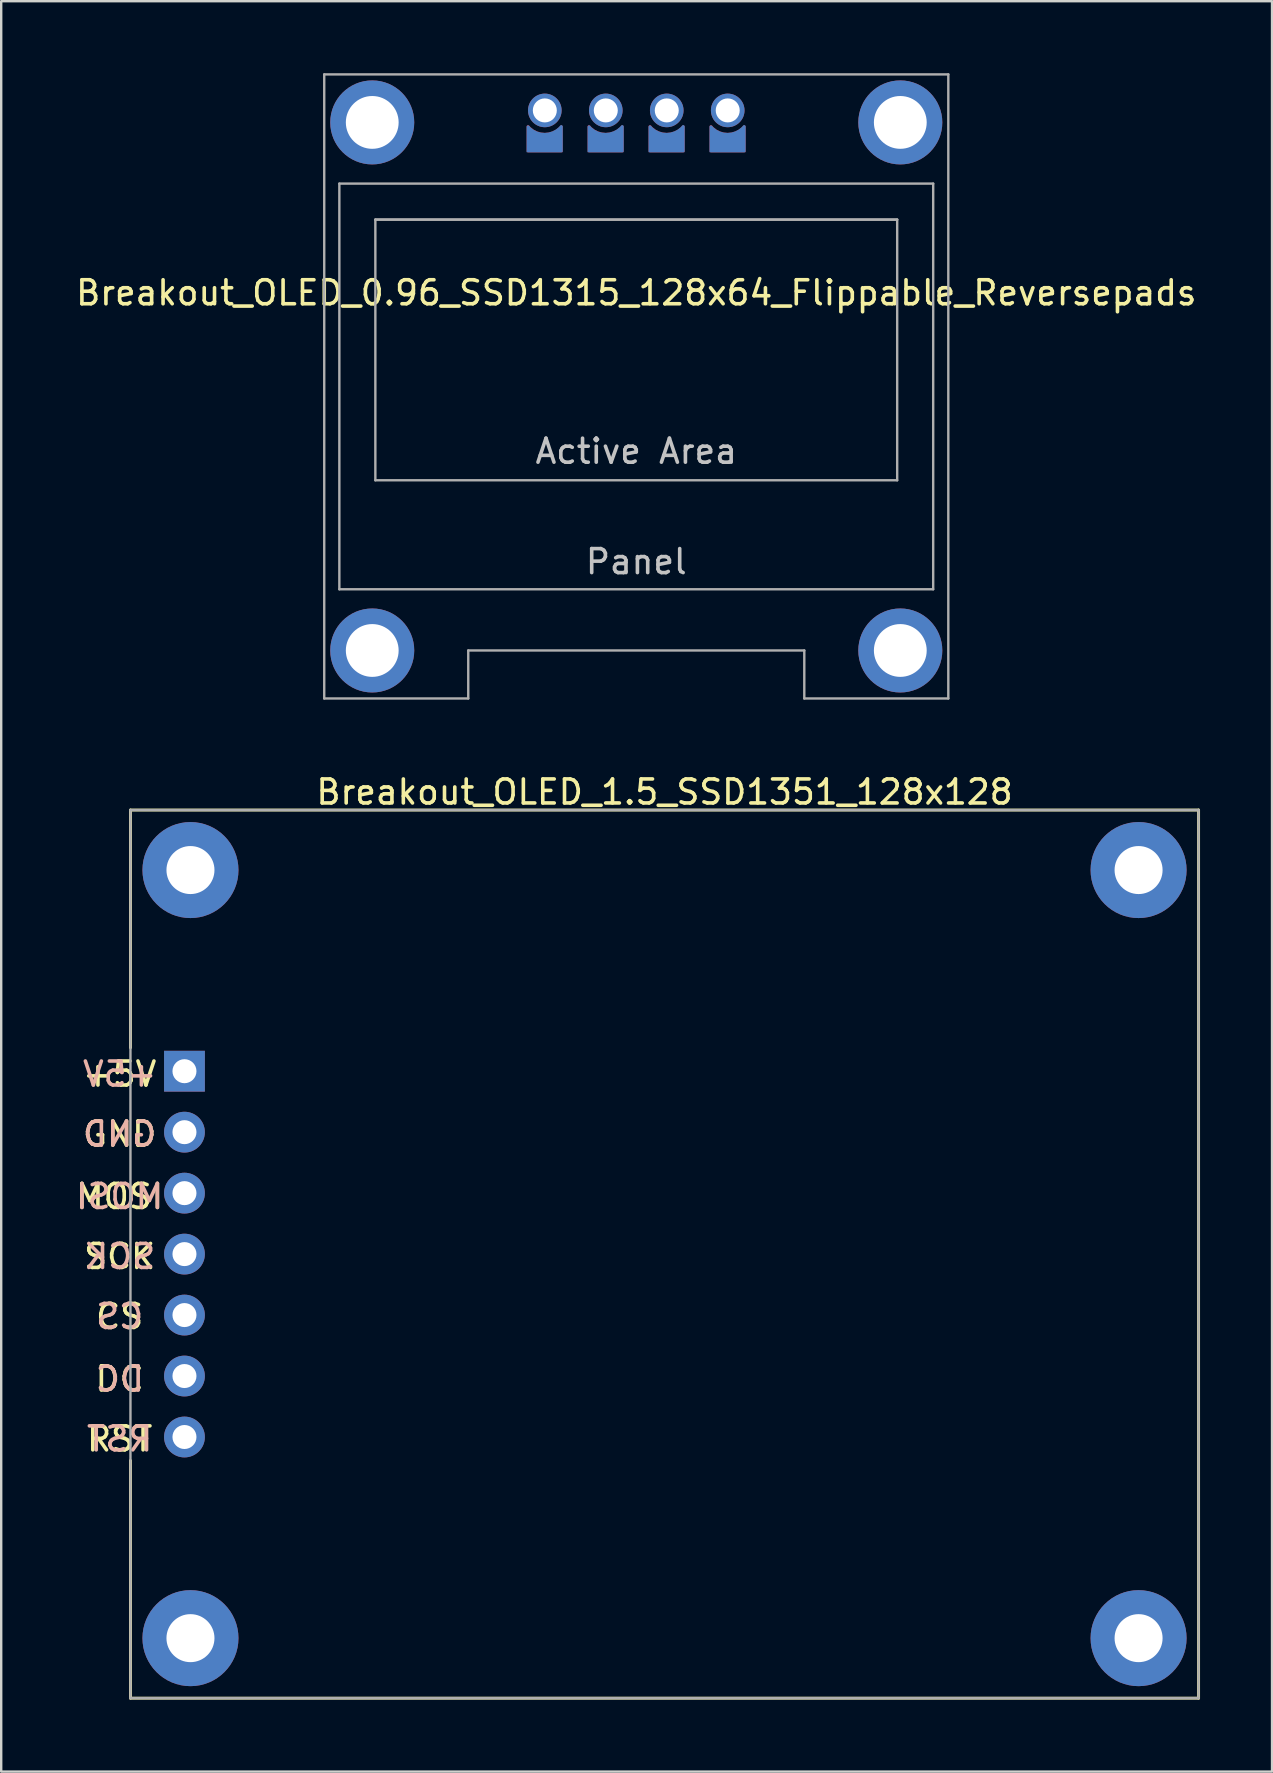
<source format=kicad_pcb>
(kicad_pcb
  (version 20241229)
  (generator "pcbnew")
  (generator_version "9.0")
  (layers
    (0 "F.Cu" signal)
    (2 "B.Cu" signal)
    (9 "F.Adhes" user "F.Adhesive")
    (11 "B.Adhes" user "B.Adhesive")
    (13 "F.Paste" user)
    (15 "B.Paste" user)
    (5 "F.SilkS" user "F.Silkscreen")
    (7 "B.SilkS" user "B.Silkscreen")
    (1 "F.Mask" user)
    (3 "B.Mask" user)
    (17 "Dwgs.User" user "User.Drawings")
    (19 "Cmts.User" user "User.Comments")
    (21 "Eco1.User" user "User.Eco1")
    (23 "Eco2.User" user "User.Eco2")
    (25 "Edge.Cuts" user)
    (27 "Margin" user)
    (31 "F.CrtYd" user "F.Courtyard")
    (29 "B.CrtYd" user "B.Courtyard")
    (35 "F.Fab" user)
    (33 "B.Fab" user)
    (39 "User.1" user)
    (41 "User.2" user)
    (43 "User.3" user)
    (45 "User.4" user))
  (footprint "Breakout_OLED_0.96_SSD1315_128x64_Flippable_Reversepads"
    (layer "F.Cu")
    (at 23.458 1.55)
    (property "Reference" "Breakout_OLED_0.96_SSD1315_128x64_Flippable_Reversepads" (at 0 7.6 0) (layer "F.SilkS") (effects (font (size 1 1) (thickness 0.15))))
    (attr through_hole)
    (fp_line (start -13 -1.5) (end 13 -1.5) (stroke (width 0.1) (type solid)) (layer "F.Fab"))
    (fp_line (start -13 24.5) (end -13 -1.5) (stroke (width 0.1) (type solid)) (layer "F.Fab"))
    (fp_line (start -13 24.5) (end -7 24.5) (stroke (width 0.1) (type solid)) (layer "F.Fab"))
    (fp_line (start -12.37 3.05) (end 12.37 3.05) (stroke (width 0.1) (type solid)) (layer "F.Fab"))
    (fp_line (start -12.37 19.95) (end -12.37 3.05) (stroke (width 0.1) (type solid)) (layer "F.Fab"))
    (fp_line (start -10.87 4.55) (end -10.87 15.41) (stroke (width 0.1) (type solid)) (layer "F.Fab"))
    (fp_line (start -10.87 4.55) (end 10.87 4.55) (stroke (width 0.1) (type solid)) (layer "F.Fab"))
    (fp_line (start -10.87 4.55) (end 10.87 4.55) (stroke (width 0.1) (type solid)) (layer "F.Fab"))
    (fp_line (start -7 22.5) (end -7 24.5) (stroke (width 0.1) (type solid)) (layer "F.Fab"))
    (fp_line (start 7 22.5) (end -7 22.5) (stroke (width 0.1) (type solid)) (layer "F.Fab"))
    (fp_line (start 7 22.5) (end 7 24.5) (stroke (width 0.1) (type solid)) (layer "F.Fab"))
    (fp_line (start 10.87 4.55) (end 10.87 15.41) (stroke (width 0.1) (type solid)) (layer "F.Fab"))
    (fp_line (start 10.87 15.41) (end -10.87 15.41) (stroke (width 0.1) (type solid)) (layer "F.Fab"))
    (fp_line (start 12.37 19.95) (end -12.37 19.95) (stroke (width 0.1) (type solid)) (layer "F.Fab"))
    (fp_line (start 12.37 19.95) (end 12.37 3.05) (stroke (width 0.1) (type solid)) (layer "F.Fab"))
    (fp_line (start 13 24.5) (end 7 24.5) (stroke (width 0.1) (type solid)) (layer "F.Fab"))
    (fp_line (start 13 24.5) (end 13 -1.5) (stroke (width 0.1) (type solid)) (layer "F.Fab"))
    (fp_text user "Active Area" (at 0 14.2 0) (unlocked yes) (layer "Dwgs.User") (effects (font (size 1 1) (thickness 0.15))))
    (fp_text user "Panel" (at 0 18.8 0) (unlocked yes) (layer "Dwgs.User") (effects (font (size 1 1) (thickness 0.15))))
    (pad "" thru_hole circle (at -11 0.5) (size 3.5 3.5) (drill 2.2) (layers "*.Cu" "*.Mask"))
    (pad "" thru_hole circle (at -11 22.5) (size 3.5 3.5) (drill 2.2) (layers "*.Cu" "*.Mask"))
    (pad "" thru_hole circle (at -3.81 0 90) (size 1.4 1.4) (drill 1) (layers "*.Cu" "*.Mask"))
    (pad "" thru_hole circle (at -1.27 0 90) (size 1.4 1.4) (drill 1) (layers "*.Cu" "*.Mask"))
    (pad "" thru_hole circle (at 1.27 0 90) (size 1.4 1.4) (drill 1) (layers "*.Cu" "*.Mask"))
    (pad "" thru_hole circle (at 3.81 0 90) (size 1.4 1.4) (drill 1) (layers "*.Cu" "*.Mask"))
    (pad "" thru_hole circle (at 11 0.5) (size 3.5 3.5) (drill 2.2) (layers "*.Cu" "*.Mask"))
    (pad "" thru_hole circle (at 11 22.5) (size 3.5 3.5) (drill 2.2) (layers "*.Cu" "*.Mask"))
    (pad "1" smd custom (at -3.82 1.34 90) (size 0.8 1.5) (layers "B.Cu" "B.Mask") (options (anchor rect)) (primitives (gr_poly (pts (xy 0.56 -0.67) (xy 0.34 -0.67) (xy 0.34 -0.3)) (width 0.1) (fill yes)) (gr_line (start 0.67 0.697) (end -0.35 0.697) (width 0.12)) (gr_poly (pts (xy 0.54 0.67) (xy 0.32 0.67) (xy 0.32 0.3)) (width 0.1) (fill yes)) (gr_line (start -0.35 0.697) (end -0.35 -0.69) (width 0.12)) (gr_arc (start 0.67 0.697) (mid 0.346873 0.010401) (end 0.654277 -0.68338) (width 0.12)) (gr_line (start -0.35 -0.69) (end 0.66 -0.69) (width 0.12))))
    (pad "1" smd custom (at 3.808 1.339 90) (size 0.8 1.5) (layers "F.Cu" "F.Mask") (options (anchor rect)) (primitives (gr_poly (pts (xy 0.56 0.67) (xy 0.34 0.67) (xy 0.34 0.3)) (width 0.1) (fill yes)) (gr_line (start 0.67 -0.697) (end -0.35 -0.697) (width 0.12)) (gr_poly (pts (xy 0.54 -0.67) (xy 0.32 -0.67) (xy 0.32 -0.3)) (width 0.1) (fill yes)) (gr_line (start -0.35 -0.697) (end -0.35 0.69) (width 0.12)) (gr_arc (start 0.660264 0.68864) (mid 0.346831 -0.00562) (end 0.668786 -0.69597) (width 0.12)) (gr_line (start -0.35 0.69) (end 0.66 0.69) (width 0.12))))
    (pad "2" smd custom (at -1.28 1.34 90) (size 0.8 1.5) (layers "B.Cu" "B.Mask") (options (anchor rect)) (primitives (gr_poly (pts (xy 0.56 -0.67) (xy 0.34 -0.67) (xy 0.34 -0.3)) (width 0.1) (fill yes)) (gr_line (start 0.67 0.697) (end -0.35 0.697) (width 0.12)) (gr_poly (pts (xy 0.54 0.67) (xy 0.32 0.67) (xy 0.32 0.3)) (width 0.1) (fill yes)) (gr_line (start -0.35 0.697) (end -0.35 -0.69) (width 0.12)) (gr_arc (start 0.67 0.697) (mid 0.346873 0.010401) (end 0.654277 -0.68338) (width 0.12)) (gr_line (start -0.35 -0.69) (end 0.66 -0.69) (width 0.12))))
    (pad "2" smd custom (at 1.268 1.339 90) (size 0.8 1.5) (layers "F.Cu" "F.Mask") (options (anchor rect)) (primitives (gr_poly (pts (xy 0.56 0.67) (xy 0.34 0.67) (xy 0.34 0.3)) (width 0.1) (fill yes)) (gr_line (start 0.67 -0.697) (end -0.35 -0.697) (width 0.12)) (gr_poly (pts (xy 0.54 -0.67) (xy 0.32 -0.67) (xy 0.32 -0.3)) (width 0.1) (fill yes)) (gr_line (start -0.35 -0.697) (end -0.35 0.69) (width 0.12)) (gr_arc (start 0.660264 0.68864) (mid 0.346831 -0.00562) (end 0.668786 -0.69597) (width 0.12)) (gr_line (start -0.35 0.69) (end 0.66 0.69) (width 0.12))))
    (pad "3" smd custom (at -1.272 1.339 90) (size 0.8 1.5) (layers "F.Cu" "F.Mask") (options (anchor rect)) (primitives (gr_poly (pts (xy 0.56 0.67) (xy 0.34 0.67) (xy 0.34 0.3)) (width 0.1) (fill yes)) (gr_line (start 0.67 -0.697) (end -0.35 -0.697) (width 0.12)) (gr_poly (pts (xy 0.54 -0.67) (xy 0.32 -0.67) (xy 0.32 -0.3)) (width 0.1) (fill yes)) (gr_line (start -0.35 -0.697) (end -0.35 0.69) (width 0.12)) (gr_arc (start 0.660264 0.68864) (mid 0.346831 -0.00562) (end 0.668786 -0.69597) (width 0.12)) (gr_line (start -0.35 0.69) (end 0.66 0.69) (width 0.12))))
    (pad "3" smd custom (at 1.26 1.34 90) (size 0.8 1.5) (layers "B.Cu" "B.Mask") (options (anchor rect)) (primitives (gr_poly (pts (xy 0.56 -0.67) (xy 0.34 -0.67) (xy 0.34 -0.3)) (width 0.1) (fill yes)) (gr_line (start 0.67 0.697) (end -0.35 0.697) (width 0.12)) (gr_poly (pts (xy 0.54 0.67) (xy 0.32 0.67) (xy 0.32 0.3)) (width 0.1) (fill yes)) (gr_line (start -0.35 0.697) (end -0.35 -0.69) (width 0.12)) (gr_arc (start 0.67 0.697) (mid 0.346873 0.010401) (end 0.654277 -0.68338) (width 0.12)) (gr_line (start -0.35 -0.69) (end 0.66 -0.69) (width 0.12))))
    (pad "4" smd custom (at -3.812 1.339 90) (size 0.8 1.5) (layers "F.Cu" "F.Mask") (options (anchor rect)) (primitives (gr_poly (pts (xy 0.56 0.67) (xy 0.34 0.67) (xy 0.34 0.3)) (width 0.1) (fill yes)) (gr_line (start 0.67 -0.697) (end -0.35 -0.697) (width 0.12)) (gr_poly (pts (xy 0.54 -0.67) (xy 0.32 -0.67) (xy 0.32 -0.3)) (width 0.1) (fill yes)) (gr_line (start -0.35 -0.697) (end -0.35 0.69) (width 0.12)) (gr_arc (start 0.660264 0.68864) (mid 0.346831 -0.00562) (end 0.668786 -0.69597) (width 0.12)) (gr_line (start -0.35 0.69) (end 0.66 0.69) (width 0.12))))
    (pad "4" smd custom (at 3.8 1.34 90) (size 0.8 1.5) (layers "B.Cu" "B.Mask") (options (anchor rect)) (primitives (gr_poly (pts (xy 0.56 -0.67) (xy 0.34 -0.67) (xy 0.34 -0.3)) (width 0.1) (fill yes)) (gr_line (start 0.67 0.697) (end -0.35 0.697) (width 0.12)) (gr_poly (pts (xy 0.54 0.67) (xy 0.32 0.67) (xy 0.32 0.3)) (width 0.1) (fill yes)) (gr_line (start -0.35 0.697) (end -0.35 -0.69) (width 0.12)) (gr_arc (start 0.67 0.697) (mid 0.346873 0.010401) (end 0.654277 -0.68338) (width 0.12)) (gr_line (start -0.35 -0.69) (end 0.66 -0.69) (width 0.12)))))
  (footprint "Breakout_OLED_1.5_SSD1351_128x128"
    (layer "F.Cu")
    (at 24.635 49.198)
    (property "Reference" "Breakout_OLED_1.5_SSD1351_128x128" (at 0 -19.25 0) (layer "F.SilkS") (effects (font (size 1 1) (thickness 0.15))))
    (attr through_hole)
    (fp_line (start -22.25 -18.5) (end -22.25 -8.6) (stroke (width 0.12) (type solid)) (layer "F.SilkS"))
    (fp_line (start -22.25 8.6) (end -22.25 18.5) (stroke (width 0.12) (type solid)) (layer "F.SilkS"))
    (fp_line (start -22.25 18.5) (end 22.25 18.5) (stroke (width 0.12) (type solid)) (layer "F.SilkS"))
    (fp_line (start 22.25 -18.5) (end -22.25 -18.5) (stroke (width 0.12) (type solid)) (layer "F.SilkS"))
    (fp_line (start 22.25 18.5) (end 22.25 -18.5) (stroke (width 0.12) (type solid)) (layer "F.SilkS"))
    (fp_line (start -22.25 -18.5) (end 22.25 -18.5) (stroke (width 0.1) (type solid)) (layer "F.Fab"))
    (fp_line (start -22.25 18.5) (end -22.25 -18.5) (stroke (width 0.1) (type solid)) (layer "F.Fab"))
    (fp_line (start 22.25 -18.5) (end 22.25 18.5) (stroke (width 0.1) (type solid)) (layer "F.Fab"))
    (fp_line (start 22.25 18.5) (end -22.25 18.5) (stroke (width 0.1) (type solid)) (layer "F.Fab"))
    (fp_text user "SCK" (at -22.7 0.1 0) (unlocked yes) (layer "F.SilkS") (effects (font (size 1 1) (thickness 0.15))))
    (fp_text user "DC" (at -22.7 5.2 0) (unlocked yes) (layer "F.SilkS") (effects (font (size 1 1) (thickness 0.15))))
    (fp_text user "MOSI" (at -22.7 -2.4 0) (unlocked yes) (layer "F.SilkS") (effects (font (size 1 1) (thickness 0.15))))
    (fp_text user "RST" (at -22.7 7.7 0) (unlocked yes) (layer "F.SilkS") (effects (font (size 1 1) (thickness 0.15))))
    (fp_text user "GND" (at -22.7 -5 0) (unlocked yes) (layer "F.SilkS") (effects (font (size 1 1) (thickness 0.15))))
    (fp_text user "+5V" (at -22.7 -7.5 0) (unlocked yes) (layer "F.SilkS") (effects (font (size 1 1) (thickness 0.15))))
    (fp_text user "CS" (at -22.7 2.6 0) (unlocked yes) (layer "F.SilkS") (effects (font (size 1 1) (thickness 0.15))))
    (fp_text user "MOSI" (at -22.7 -2.4 0) (unlocked yes) (layer "B.SilkS") (effects (font (size 1 1) (thickness 0.15)) (justify mirror)))
    (fp_text user "GND" (at -22.7 -5 0) (unlocked yes) (layer "B.SilkS") (effects (font (size 1 1) (thickness 0.15)) (justify mirror)))
    (fp_text user "+5V" (at -22.7 -7.5 0) (unlocked yes) (layer "B.SilkS") (effects (font (size 1 1) (thickness 0.15)) (justify mirror)))
    (fp_text user "RST" (at -22.7 7.7 0) (unlocked yes) (layer "B.SilkS") (effects (font (size 1 1) (thickness 0.15)) (justify mirror)))
    (fp_text user "CS" (at -22.7 2.6 0) (unlocked yes) (layer "B.SilkS") (effects (font (size 1 1) (thickness 0.15)) (justify mirror)))
    (fp_text user "DC" (at -22.691 5.203 0) (unlocked yes) (layer "B.SilkS") (effects (font (size 1 1) (thickness 0.15)) (justify mirror)))
    (fp_text user "SCK" (at -22.7 0.1 0) (unlocked yes) (layer "B.SilkS") (effects (font (size 1 1) (thickness 0.15)) (justify mirror)))
    (pad "1" thru_hole rect (at -20 -7.62) (size 1.7 1.7) (drill 1) (layers "*.Cu" "*.Mask"))
    (pad "2" thru_hole oval (at -20 -5.08) (size 1.7 1.7) (drill 1) (layers "*.Cu" "*.Mask"))
    (pad "3" thru_hole oval (at -20 -2.54) (size 1.7 1.7) (drill 1) (layers "*.Cu" "*.Mask"))
    (pad "4" thru_hole oval (at -20 0) (size 1.7 1.7) (drill 1) (layers "*.Cu" "*.Mask"))
    (pad "5" thru_hole oval (at -20 2.54) (size 1.7 1.7) (drill 1) (layers "*.Cu" "*.Mask"))
    (pad "6" thru_hole oval (at -20 5.08) (size 1.7 1.7) (drill 1) (layers "*.Cu" "*.Mask"))
    (pad "7" thru_hole oval (at -20 7.62) (size 1.7 1.7) (drill 1) (layers "*.Cu" "*.Mask"))
    (pad "MP" thru_hole circle (at -19.75 -16) (size 4 4) (drill 2) (layers "*.Cu" "*.Mask"))
    (pad "MP" thru_hole circle (at -19.75 16) (size 4 4) (drill 2) (layers "*.Cu" "*.Mask"))
    (pad "MP" thru_hole circle (at 19.75 -16) (size 4 4) (drill 2) (layers "*.Cu" "*.Mask"))
    (pad "MP" thru_hole circle (at 19.75 16) (size 4 4) (drill 2) (layers "*.Cu" "*.Mask")))
  (gr_rect
    (start -3 -3)
    (end 49.945 70.758)
    (stroke (width 0.1) (type default))
    (fill no)
    (layer "Edge.Cuts")))
</source>
